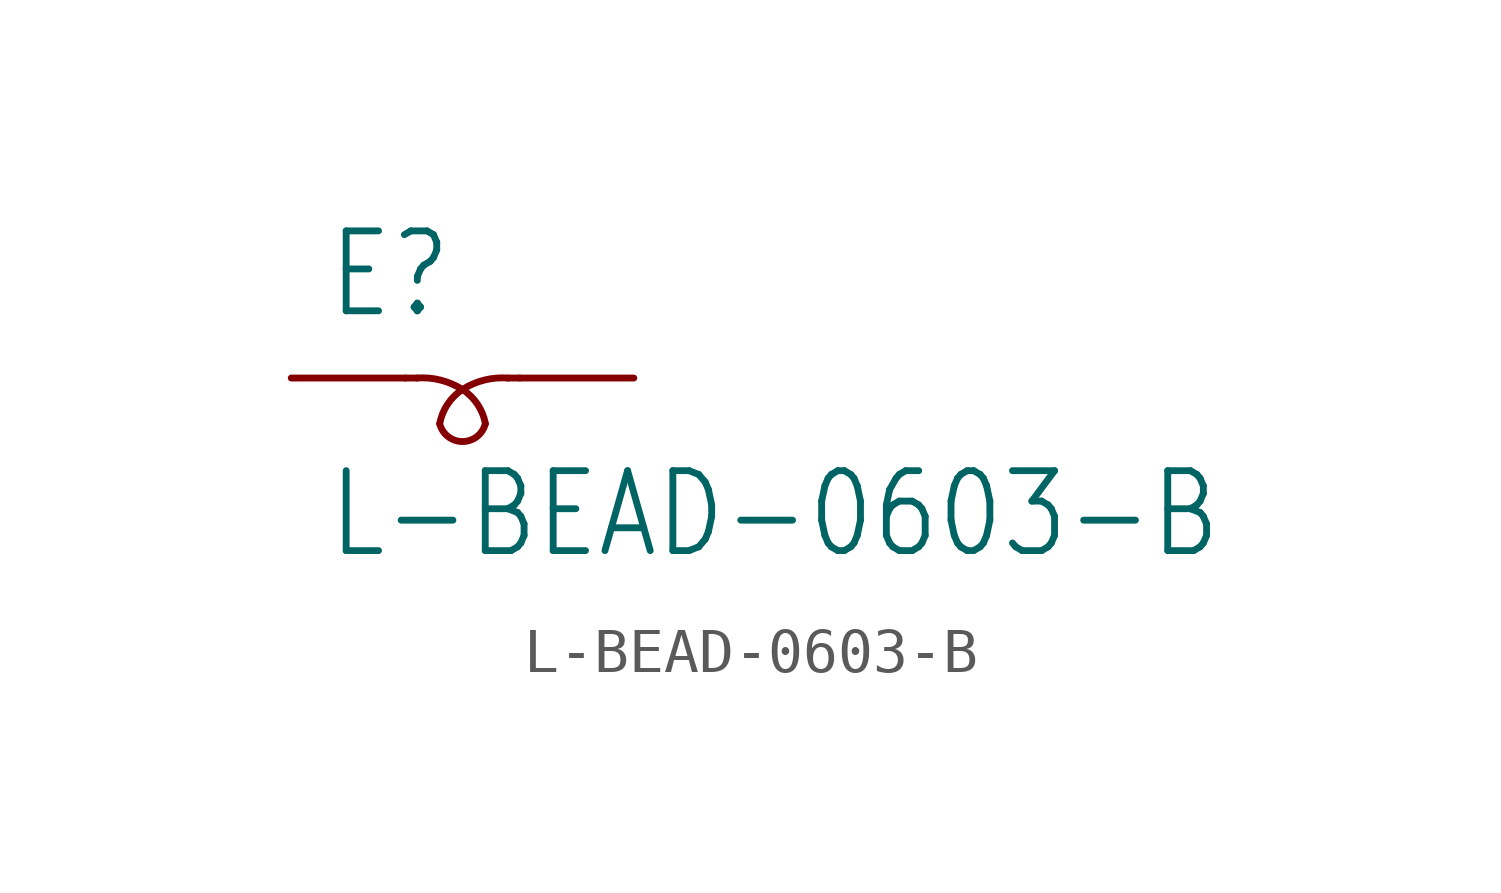
<source format=kicad_sym>
(kicad_symbol_lib
  (version 20211014)
  (generator kicad_symbol_editor)
  (symbol "L-BEAD-0603-B"
    (property "Reference" "E"
      (at -4.318 1.27 0)
      (effects (font (size 1.778 1.511)) (justify left bottom)))
    (property "Value" "L-BEAD-0603-B"
      (at -4.318 -4.064 0)
      (effects (font (size 1.778 1.511)) (justify left bottom)))
    (property "ki_locked" ""
      (at 0 0 0)
      (effects (font (size 1.27 1.27))))
    (symbol "L-BEAD-0603-B_1_0"
      (arc (start -1.778 -1.016) (mid -1.27 -1.6666) (end -0.762 -1.016) (stroke (width 0.1524) (type default) (color 0 0 0 0)) (fill (type none)))
      (arc (start -1.27 -0.254) (mid -1.7574 -0.0446) (end -2.286 0) (stroke (width 0.1524) (type default) (color 0 0 0 0)) (fill (type none)))
      (arc (start -1.27 -0.254) (mid -1.6022 -0.5829) (end -1.778 -1.016) (stroke (width 0.1524) (type default) (color 0 0 0 0)) (fill (type none)))
      (arc (start -0.762 -1.016) (mid -0.9378 -0.5828) (end -1.27 -0.254) (stroke (width 0.1524) (type default) (color 0 0 0 0)) (fill (type none)))
      (arc (start -0.254 0) (mid -0.7826 -0.0446) (end -1.27 -0.254) (stroke (width 0.1524) (type default) (color 0 0 0 0)) (fill (type none)))
      (polyline (pts (xy -2.54 0) (xy -2.286 0)) (stroke (width 0.152) (type default) (color 0 0 0 0)) (fill (type none)))
      (polyline (pts (xy -0.254 0) (xy 0 0)) (stroke (width 0.152) (type default) (color 0 0 0 0)) (fill (type none)))
      (pin passive line (at -5.08 0 0) (length 2.54) (name "1" (effects (font (size 0 0)))) (number "1" (effects (font (size 0 0)))))
      (pin passive line (at 2.54 0 180) (length 2.54) (name "2" (effects (font (size 0 0)))) (number "2" (effects (font (size 0 0))))))))
</source>
